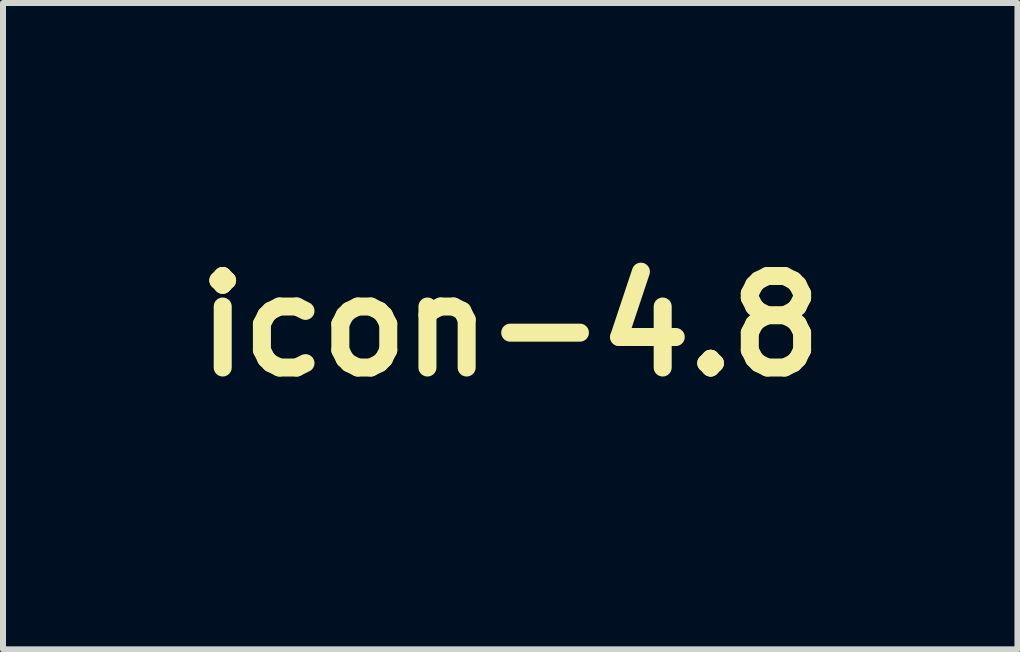
<source format=kicad_pcb>
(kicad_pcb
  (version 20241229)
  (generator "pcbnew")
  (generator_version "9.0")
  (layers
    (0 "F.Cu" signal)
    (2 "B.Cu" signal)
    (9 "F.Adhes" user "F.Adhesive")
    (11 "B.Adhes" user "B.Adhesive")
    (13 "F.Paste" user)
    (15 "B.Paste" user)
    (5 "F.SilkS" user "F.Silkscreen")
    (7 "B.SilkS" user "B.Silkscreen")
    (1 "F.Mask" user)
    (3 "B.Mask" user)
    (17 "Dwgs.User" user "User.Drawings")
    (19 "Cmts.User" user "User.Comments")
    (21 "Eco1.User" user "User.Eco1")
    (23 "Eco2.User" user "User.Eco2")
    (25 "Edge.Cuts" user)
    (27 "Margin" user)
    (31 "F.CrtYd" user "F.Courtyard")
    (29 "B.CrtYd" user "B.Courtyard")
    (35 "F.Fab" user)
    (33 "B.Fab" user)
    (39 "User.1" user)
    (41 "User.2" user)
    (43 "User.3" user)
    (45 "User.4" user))
  (footprint "icon-4.8"
    (layer "F.Cu")
    (at 5.45 2.383)
    (property "Reference" "icon-4.8" (at 0 0 0) (layer "F.SilkS") (effects (font (size 1.524 1.524) (thickness 0.3))))
    (attr through_hole)
    (fp_poly (pts (xy 1.06 1.06) (xy 0.635 1.06) (xy 0.637 0.637) (xy 0.638 0.213) (xy 0.849 0.211) (xy 1.06 0.209) (xy 1.06 1.06)) (stroke (width 0.01) (type solid)) (fill yes) (layer "F.Mask"))
    (fp_poly (pts (xy 1.06 -0.216) (xy 0.635 -0.216) (xy 0.635 -0.641) (xy 0.422 -0.641) (xy 0.209 -0.641) (xy 0.213 -0.213) (xy 0.424 -0.211) (xy 0.635 -0.209) (xy 0.635 0.21) (xy 0.21 0.21) (xy 0.21 1.06) (xy -0.209 1.06) (xy -0.211 0.637) (xy -0.213 0.213) (xy -0.427 0.211) (xy -0.641 0.209) (xy -0.641 1.06) (xy -1.06 1.06) (xy -1.06 -0.43) (xy -0.641 -0.43) (xy -0.641 -0.379) (xy -0.641 -0.333) (xy -0.64 -0.292) (xy -0.64 -0.258) (xy -0.639 -0.233) (xy -0.638 -0.217) (xy -0.637 -0.214) (xy -0.63 -0.213) (xy -0.612 -0.212) (xy -0.584 -0.211) (xy -0.547 -0.211) (xy -0.505 -0.211) (xy -0.457 -0.211) (xy -0.423 -0.211) (xy -0.213 -0.213) (xy -0.213 -0.638) (xy -0.427 -0.64) (xy -0.641 -0.642) (xy -0.641 -0.43) (xy -1.06 -0.43) (xy -1.06 -1.06) (xy 1.06 -1.06) (xy 1.06 -0.216)) (stroke (width 0.01) (type solid)) (fill yes) (layer "F.Mask"))
    (fp_poly (pts (xy 0.139 -2.374) (xy 0.314 -2.358) (xy 0.489 -2.329) (xy 0.498 -2.327) (xy 0.66 -2.287) (xy 0.818 -2.235) (xy 0.974 -2.171) (xy 1.125 -2.096) (xy 1.27 -2.011) (xy 1.41 -1.915) (xy 1.543 -1.81) (xy 1.595 -1.764) (xy 1.675 -1.688) (xy 1.747 -1.614) (xy 1.815 -1.537) (xy 1.881 -1.455) (xy 1.898 -1.432) (xy 1.998 -1.289) (xy 2.087 -1.141) (xy 2.163 -0.988) (xy 2.229 -0.83) (xy 2.282 -0.666) (xy 2.325 -0.496) (xy 2.33 -0.472) (xy 2.358 -0.304) (xy 2.374 -0.135) (xy 2.378 0.034) (xy 2.369 0.203) (xy 2.349 0.369) (xy 2.324 0.499) (xy 2.311 0.556) (xy 2.295 0.616) (xy 2.279 0.676) (xy 2.263 0.731) (xy 2.248 0.779) (xy 2.246 0.784) (xy 2.23 0.826) (xy 2.211 0.875) (xy 2.189 0.927) (xy 2.165 0.982) (xy 2.14 1.035) (xy 2.117 1.084) (xy 2.095 1.127) (xy 2.075 1.162) (xy 2.072 1.168) (xy 2.055 1.196) (xy 2.035 1.229) (xy 2.015 1.261) (xy 2.007 1.273) (xy 1.993 1.296) (xy 1.972 1.327) (xy 1.947 1.362) (xy 1.92 1.399) (xy 1.893 1.437) (xy 1.889 1.441) (xy 1.819 1.529) (xy 1.739 1.619) (xy 1.653 1.706) (xy 1.564 1.788) (xy 1.475 1.863) (xy 1.441 1.889) (xy 1.404 1.917) (xy 1.366 1.944) (xy 1.331 1.969) (xy 1.3 1.99) (xy 1.276 2.006) (xy 1.273 2.007) (xy 1.242 2.026) (xy 1.209 2.047) (xy 1.179 2.065) (xy 1.168 2.072) (xy 1.142 2.087) (xy 1.106 2.106) (xy 1.063 2.127) (xy 1.016 2.149) (xy 0.966 2.172) (xy 0.918 2.193) (xy 0.883 2.208) (xy 0.767 2.252) (xy 0.642 2.29) (xy 0.511 2.322) (xy 0.376 2.347) (xy 0.241 2.365) (xy 0.124 2.375) (xy 0.08 2.377) (xy 0.046 2.379) (xy 0.017 2.38) (xy -0.009 2.38) (xy -0.036 2.379) (xy -0.067 2.378) (xy -0.106 2.376) (xy -0.137 2.374) (xy -0.292 2.361) (xy -0.444 2.337) (xy -0.597 2.302) (xy -0.749 2.256) (xy -0.904 2.198) (xy -1.016 2.15) (xy -1.094 2.112) (xy -1.178 2.066) (xy -1.264 2.013) (xy -1.35 1.957) (xy -1.432 1.899) (xy -1.508 1.84) (xy -1.553 1.803) (xy -1.678 1.687) (xy -1.794 1.562) (xy -1.901 1.429) (xy -1.998 1.29) (xy -2.085 1.145) (xy -2.161 0.995) (xy -2.226 0.84) (xy -2.28 0.682) (xy -2.322 0.521) (xy -2.327 0.498) (xy -2.356 0.324) (xy -2.374 0.149) (xy -2.377 0.009) (xy -1.955 0.009) (xy -1.952 0.11) (xy -1.945 0.209) (xy -1.935 0.303) (xy -1.933 0.318) (xy -1.908 0.445) (xy -1.873 0.575) (xy -1.827 0.705) (xy -1.771 0.833) (xy -1.706 0.958) (xy -1.634 1.078) (xy -1.554 1.19) (xy -1.546 1.2) (xy -1.443 1.321) (xy -1.332 1.432) (xy -1.213 1.535) (xy -1.085 1.627) (xy -0.951 1.709) (xy -0.81 1.781) (xy -0.7 1.828) (xy -0.615 1.858) (xy -0.524 1.885) (xy -0.429 1.908) (xy -0.334 1.927) (xy -0.246 1.941) (xy -0.229 1.943) (xy -0.199 1.946) (xy -0.172 1.949) (xy -0.151 1.951) (xy -0.143 1.952) (xy -0.121 1.953) (xy -0.09 1.954) (xy -0.051 1.955) (xy -0.008 1.955) (xy 0.037 1.954) (xy 0.08 1.953) (xy 0.12 1.952) (xy 0.153 1.951) (xy 0.168 1.949) (xy 0.325 1.929) (xy 0.48 1.896) (xy 0.632 1.851) (xy 0.78 1.794) (xy 0.922 1.726) (xy 0.939 1.717) (xy 0.987 1.689) (xy 1.042 1.655) (xy 1.099 1.617) (xy 1.156 1.576) (xy 1.209 1.536) (xy 1.251 1.503) (xy 1.368 1.397) (xy 1.476 1.283) (xy 1.573 1.162) (xy 1.66 1.034) (xy 1.737 0.9) (xy 1.802 0.759) (xy 1.857 0.614) (xy 1.9 0.463) (xy 1.931 0.308) (xy 1.95 0.159) (xy 1.953 0.112) (xy 1.954 0.056) (xy 1.954 -0.005) (xy 1.953 -0.069) (xy 1.951 -0.131) (xy 1.947 -0.188) (xy 1.943 -0.238) (xy 1.94 -0.254) (xy 1.921 -0.369) (xy 1.896 -0.483) (xy 1.865 -0.593) (xy 1.83 -0.694) (xy 1.828 -0.7) (xy 1.766 -0.842) (xy 1.693 -0.979) (xy 1.611 -1.11) (xy 1.519 -1.233) (xy 1.418 -1.348) (xy 1.309 -1.454) (xy 1.192 -1.552) (xy 1.069 -1.64) (xy 0.938 -1.718) (xy 0.802 -1.785) (xy 0.73 -1.816) (xy 0.637 -1.851) (xy 0.552 -1.88) (xy 0.471 -1.903) (xy 0.392 -1.921) (xy 0.312 -1.934) (xy 0.229 -1.944) (xy 0.139 -1.949) (xy 0.041 -1.952) (xy -0.003 -1.952) (xy -0.074 -1.952) (xy -0.135 -1.95) (xy -0.188 -1.948) (xy -0.236 -1.944) (xy -0.283 -1.939) (xy -0.33 -1.932) (xy -0.38 -1.923) (xy -0.41 -1.917) (xy -0.475 -1.901) (xy -0.548 -1.88) (xy -0.625 -1.856) (xy -0.702 -1.828) (xy -0.775 -1.799) (xy -0.842 -1.769) (xy -0.866 -1.758) (xy -0.975 -1.698) (xy -1.083 -1.631) (xy -1.187 -1.556) (xy -1.286 -1.477) (xy -1.376 -1.394) (xy -1.447 -1.321) (xy -1.55 -1.197) (xy -1.641 -1.067) (xy -1.722 -0.932) (xy -1.791 -0.793) (xy -1.848 -0.649) (xy -1.894 -0.501) (xy -1.927 -0.351) (xy -1.94 -0.27) (xy -1.949 -0.184) (xy -1.954 -0.09) (xy -1.955 0.009) (xy -2.377 0.009) (xy -2.378 -0.027) (xy -2.37 -0.201) (xy -2.35 -0.376) (xy -2.316 -0.549) (xy -2.314 -0.559) (xy -2.276 -0.7) (xy -2.226 -0.843) (xy -2.166 -0.985) (xy -2.097 -1.125) (xy -2.027 -1.248) (xy -1.948 -1.368) (xy -1.857 -1.487) (xy -1.757 -1.602) (xy -1.65 -1.712) (xy -1.536 -1.816) (xy -1.418 -1.911) (xy -1.381 -1.938) (xy -1.249 -2.025) (xy -1.11 -2.105) (xy -0.966 -2.175) (xy -0.818 -2.236) (xy -0.669 -2.285) (xy -0.559 -2.314) (xy -0.386 -2.348) (xy -0.211 -2.369) (xy -0.036 -2.378) (xy 0.139 -2.374)) (stroke (width 0.01) (type solid)) (fill yes) (layer "F.Mask")))
  (gr_rect
    (start -3 -3)
    (end 13.9 7.768)
    (stroke (width 0.1) (type default))
    (fill no)
    (layer "Edge.Cuts")))
</source>
